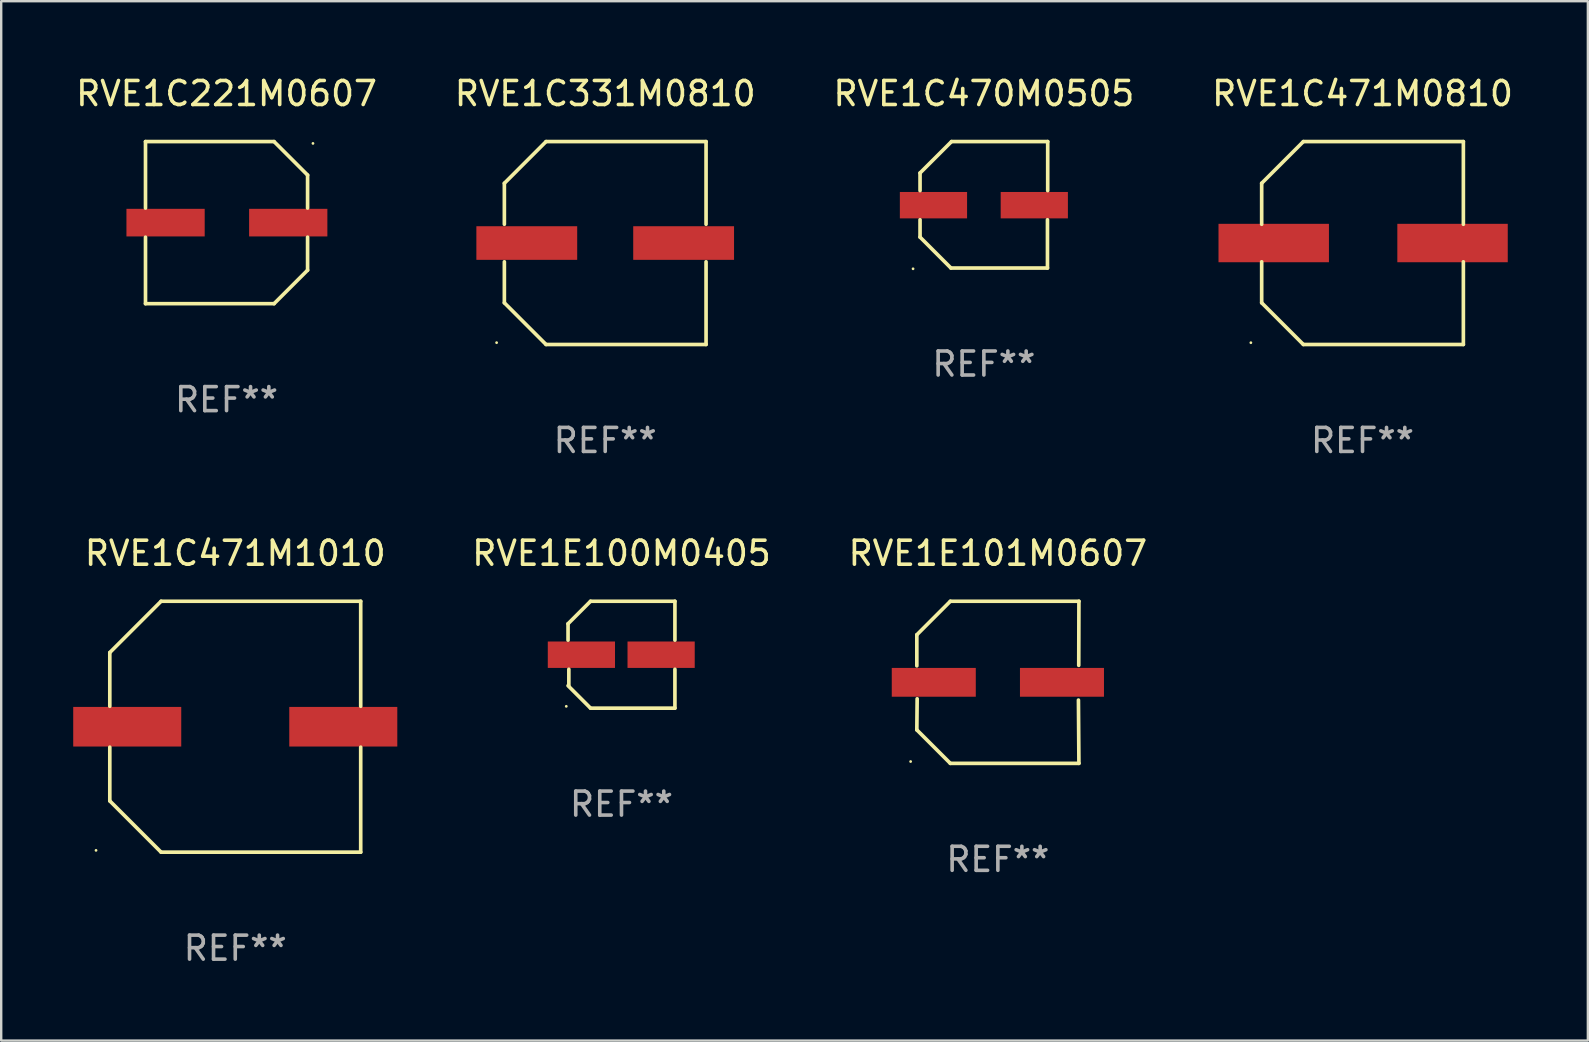
<source format=kicad_pcb>
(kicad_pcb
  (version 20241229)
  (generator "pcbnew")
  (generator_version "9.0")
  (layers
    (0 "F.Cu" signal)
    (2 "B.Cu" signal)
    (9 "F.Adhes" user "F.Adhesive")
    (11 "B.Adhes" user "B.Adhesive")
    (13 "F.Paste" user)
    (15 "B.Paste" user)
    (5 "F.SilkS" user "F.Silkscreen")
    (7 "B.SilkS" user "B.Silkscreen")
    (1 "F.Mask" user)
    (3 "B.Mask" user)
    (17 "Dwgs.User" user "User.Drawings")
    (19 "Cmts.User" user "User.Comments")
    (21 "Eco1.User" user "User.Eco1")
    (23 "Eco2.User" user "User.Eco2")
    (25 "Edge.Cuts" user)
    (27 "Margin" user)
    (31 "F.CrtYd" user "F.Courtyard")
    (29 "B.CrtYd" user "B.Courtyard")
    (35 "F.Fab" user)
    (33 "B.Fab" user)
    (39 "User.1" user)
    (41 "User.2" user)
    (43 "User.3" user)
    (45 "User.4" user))
  (footprint "RVE1C221M0607"
    (layer "F.Cu")
    (at 6.387 6.224)
    (property "Reference" "RVE1C221M0607" (at 0 -5.376 0) (layer "F.SilkS") (effects (font (size 1 1) (thickness 0.15))))
    (attr through_hole)
    (fp_line (start -3.376 -3.376) (end 1.98 -3.376) (stroke (width 0.152) (type solid)) (layer "F.SilkS"))
    (fp_line (start -3.376 -0.607) (end -3.376 -3.376) (stroke (width 0.152) (type solid)) (layer "F.SilkS"))
    (fp_line (start -3.376 0.607) (end -3.376 3.376) (stroke (width 0.152) (type solid)) (layer "F.SilkS"))
    (fp_line (start -3.376 3.376) (end 1.98 3.376) (stroke (width 0.152) (type solid)) (layer "F.SilkS"))
    (fp_line (start 1.98 -3.376) (end 3.376 -1.98) (stroke (width 0.152) (type solid)) (layer "F.SilkS"))
    (fp_line (start 1.98 3.376) (end 3.376 1.98) (stroke (width 0.152) (type solid)) (layer "F.SilkS"))
    (fp_line (start 3.376 -1.98) (end 3.376 -0.607) (stroke (width 0.152) (type solid)) (layer "F.SilkS"))
    (fp_line (start 3.376 1.98) (end 3.376 0.607) (stroke (width 0.152) (type solid)) (layer "F.SilkS"))
    (fp_circle (center 3.6 -3.3) (end 3.63 -3.3) (stroke (width 0.06) (type solid)) (fill no) (layer "F.SilkS"))
    (fp_text user "REF**" (at 0 7.376 0) (layer "F.Fab") (effects (font (size 1 1) (thickness 0.15))))
    (pad "1" smd rect (at 2.57 0 180) (size 3.26 1.15) (layers "F.Cu" "F.Mask" "F.Paste"))
    (pad "2" smd rect (at -2.54 0 180) (size 3.26 1.15) (layers "F.Cu" "F.Mask" "F.Paste")))
  (footprint "RVE1E101M0607"
    (layer "F.Cu")
    (at 38.518 25.373)
    (property "Reference" "RVE1E101M0607" (at 0 -5.376 0) (layer "F.SilkS") (effects (font (size 1 1) (thickness 0.15))))
    (attr through_hole)
    (fp_line (start -3.376 -1.98) (end -3.376 -0.686) (stroke (width 0.152) (type solid)) (layer "F.SilkS"))
    (fp_line (start -3.376 1.981) (end -3.362 0.686) (stroke (width 0.152) (type solid)) (layer "F.SilkS"))
    (fp_line (start -1.981 3.376) (end -3.376 1.981) (stroke (width 0.152) (type solid)) (layer "F.SilkS"))
    (fp_line (start -1.98 -3.376) (end -3.376 -1.98) (stroke (width 0.152) (type solid)) (layer "F.SilkS"))
    (fp_line (start 3.356 0.74) (end 3.376 3.376) (stroke (width 0.152) (type solid)) (layer "F.SilkS"))
    (fp_line (start 3.369 -0.707) (end 3.376 -3.376) (stroke (width 0.152) (type solid)) (layer "F.SilkS"))
    (fp_line (start 3.376 3.376) (end -1.981 3.376) (stroke (width 0.152) (type solid)) (layer "F.SilkS"))
    (fp_line (start 3.376 -3.376) (end -1.98 -3.376) (stroke (width 0.152) (type solid)) (layer "F.SilkS"))
    (fp_circle (center -3.634 3.3) (end -3.604 3.3) (stroke (width 0.06) (type solid)) (fill no) (layer "F.SilkS"))
    (fp_text user "REF**" (at 0 7.376 0) (layer "F.Fab") (effects (font (size 1 1) (thickness 0.15))))
    (pad "1" smd rect (at -2.67 0.000254) (size 3.5 1.2) (layers "F.Cu" "F.Mask" "F.Paste"))
    (pad "2" smd rect (at 2.67 0.000254) (size 3.5 1.2) (layers "F.Cu" "F.Mask" "F.Paste")))
  (footprint "RVE1C331M0810"
    (layer "F.Cu")
    (at 22.161 7.074)
    (property "Reference" "RVE1C331M0810" (at 0 -6.226 0) (layer "F.SilkS") (effects (font (size 1 1) (thickness 0.15))))
    (attr through_hole)
    (fp_line (start -4.201 -2.49) (end -4.201 -0.782) (stroke (width 0.152) (type solid)) (layer "F.SilkS"))
    (fp_line (start -4.201 2.49) (end -4.201 0.782) (stroke (width 0.152) (type solid)) (layer "F.SilkS"))
    (fp_line (start -2.465 -4.226) (end -4.201 -2.49) (stroke (width 0.152) (type solid)) (layer "F.SilkS"))
    (fp_line (start -2.465 4.226) (end -4.201 2.49) (stroke (width 0.152) (type solid)) (layer "F.SilkS"))
    (fp_line (start 4.201 -4.226) (end -2.465 -4.226) (stroke (width 0.152) (type solid)) (layer "F.SilkS"))
    (fp_line (start 4.201 -0.782) (end 4.201 -4.226) (stroke (width 0.152) (type solid)) (layer "F.SilkS"))
    (fp_line (start 4.201 0.782) (end 4.201 4.226) (stroke (width 0.152) (type solid)) (layer "F.SilkS"))
    (fp_line (start 4.201 4.226) (end -2.465 4.226) (stroke (width 0.152) (type solid)) (layer "F.SilkS"))
    (fp_circle (center -4.524 4.15) (end -4.494 4.15) (stroke (width 0.06) (type solid)) (fill no) (layer "F.SilkS"))
    (fp_text user "REF**" (at 0 8.226 0) (layer "F.Fab") (effects (font (size 1 1) (thickness 0.15))))
    (pad "1" smd rect (at -3.267 0) (size 4.2 1.4) (layers "F.Cu" "F.Mask" "F.Paste"))
    (pad "2" smd rect (at 3.267 0) (size 4.2 1.4) (layers "F.Cu" "F.Mask" "F.Paste")))
  (footprint "RVE1C470M0505"
    (layer "F.Cu")
    (at 37.935 5.482)
    (property "Reference" "RVE1C470M0505" (at 0 -4.634 0) (layer "F.SilkS") (effects (font (size 1 1) (thickness 0.15))))
    (attr through_hole)
    (fp_line (start -2.659 -1.326) (end -2.659 -0.592) (stroke (width 0.152) (type solid)) (layer "F.SilkS"))
    (fp_line (start -2.659 1.346) (end -2.659 0.622) (stroke (width 0.152) (type solid)) (layer "F.SilkS"))
    (fp_line (start -1.372 2.634) (end -2.659 1.346) (stroke (width 0.152) (type solid)) (layer "F.SilkS"))
    (fp_line (start -1.349 -2.634) (end -2.659 -1.326) (stroke (width 0.152) (type solid)) (layer "F.SilkS"))
    (fp_line (start 2.649 0.622) (end 2.649 2.634) (stroke (width 0.152) (type solid)) (layer "F.SilkS"))
    (fp_line (start 2.649 2.634) (end -1.372 2.634) (stroke (width 0.152) (type solid)) (layer "F.SilkS"))
    (fp_line (start 2.659 -2.634) (end -1.349 -2.634) (stroke (width 0.152) (type solid)) (layer "F.SilkS"))
    (fp_line (start 2.659 -0.592) (end 2.659 -2.634) (stroke (width 0.152) (type solid)) (layer "F.SilkS"))
    (fp_circle (center -2.95 2.665) (end -2.92 2.665) (stroke (width 0.06) (type solid)) (fill no) (layer "F.SilkS"))
    (fp_text user "REF**" (at 0 6.634 0) (layer "F.Fab") (effects (font (size 1 1) (thickness 0.15))))
    (pad "1" smd rect (at -2.1 0.015) (size 2.8 1.1) (layers "F.Cu" "F.Mask" "F.Paste"))
    (pad "2" smd rect (at 2.1 0.015) (size 2.8 1.1) (layers "F.Cu" "F.Mask" "F.Paste")))
  (footprint "RVE1E100M0405"
    (layer "F.Cu")
    (at 22.839 24.223)
    (property "Reference" "RVE1E100M0405" (at 0 -4.226 0) (layer "F.SilkS") (effects (font (size 1 1) (thickness 0.15))))
    (attr through_hole)
    (fp_line (start -2.226 -1.29) (end -2.226 -0.607) (stroke (width 0.152) (type solid)) (layer "F.SilkS"))
    (fp_line (start -2.193 1.29) (end -2.193 0.607) (stroke (width 0.152) (type solid)) (layer "F.SilkS"))
    (fp_line (start -1.29 2.226) (end -2.226 1.29) (stroke (width 0.152) (type solid)) (layer "F.SilkS"))
    (fp_line (start -1.29 -2.226) (end -2.226 -1.29) (stroke (width 0.152) (type solid)) (layer "F.SilkS"))
    (fp_line (start 2.226 -2.226) (end -1.29 -2.226) (stroke (width 0.152) (type solid)) (layer "F.SilkS"))
    (fp_line (start 2.226 -0.607) (end 2.226 -2.226) (stroke (width 0.152) (type solid)) (layer "F.SilkS"))
    (fp_line (start 2.226 0.607) (end 2.226 2.226) (stroke (width 0.152) (type solid)) (layer "F.SilkS"))
    (fp_line (start 2.226 2.226) (end -1.29 2.226) (stroke (width 0.152) (type solid)) (layer "F.SilkS"))
    (fp_circle (center -2.3 2.15) (end -2.27 2.15) (stroke (width 0.06) (type solid)) (fill no) (layer "F.SilkS"))
    (fp_text user "REF**" (at 0 6.226 0) (layer "F.Fab") (effects (font (size 1 1) (thickness 0.15))))
    (pad "1" smd rect (at -1.67 -0.000025) (size 2.8 1.1) (layers "F.Cu" "F.Mask" "F.Paste"))
    (pad "2" smd rect (at 1.651 -0.000025) (size 2.8 1.1) (layers "F.Cu" "F.Mask" "F.Paste")))
  (footprint "RVE1C471M0810"
    (layer "F.Cu")
    (at 53.708 7.074)
    (property "Reference" "RVE1C471M0810" (at 0 -6.226 0) (layer "F.SilkS") (effects (font (size 1 1) (thickness 0.15))))
    (attr through_hole)
    (fp_line (start -4.201 -2.49) (end -4.201 -0.782) (stroke (width 0.152) (type solid)) (layer "F.SilkS"))
    (fp_line (start -4.201 2.49) (end -4.201 0.782) (stroke (width 0.152) (type solid)) (layer "F.SilkS"))
    (fp_line (start -2.465 -4.226) (end -4.201 -2.49) (stroke (width 0.152) (type solid)) (layer "F.SilkS"))
    (fp_line (start -2.465 4.226) (end -4.201 2.49) (stroke (width 0.152) (type solid)) (layer "F.SilkS"))
    (fp_line (start 4.201 -4.226) (end -2.465 -4.226) (stroke (width 0.152) (type solid)) (layer "F.SilkS"))
    (fp_line (start 4.201 -0.782) (end 4.201 -4.226) (stroke (width 0.152) (type solid)) (layer "F.SilkS"))
    (fp_line (start 4.201 0.782) (end 4.201 4.226) (stroke (width 0.152) (type solid)) (layer "F.SilkS"))
    (fp_line (start 4.201 4.226) (end -2.465 4.226) (stroke (width 0.152) (type solid)) (layer "F.SilkS"))
    (fp_circle (center -4.651 4.152) (end -4.621 4.152) (stroke (width 0.06) (type solid)) (fill no) (layer "F.SilkS"))
    (fp_text user "REF**" (at 0 8.226 0) (layer "F.Fab") (effects (font (size 1 1) (thickness 0.15))))
    (pad "1" smd rect (at -3.699 0) (size 4.6 1.6) (layers "F.Cu" "F.Mask" "F.Paste"))
    (pad "2" smd rect (at 3.75 0) (size 4.6 1.6) (layers "F.Cu" "F.Mask" "F.Paste")))
  (footprint "RVE1C471M1010"
    (layer "F.Cu")
    (at 6.75 27.223)
    (property "Reference" "RVE1C471M1010" (at 0 -7.226 0) (layer "F.SilkS") (effects (font (size 1 1) (thickness 0.15))))
    (attr through_hole)
    (fp_line (start -5.226 -3.09) (end -5.226 -0.852) (stroke (width 0.152) (type solid)) (layer "F.SilkS"))
    (fp_line (start -5.226 3.09) (end -5.226 0.852) (stroke (width 0.152) (type solid)) (layer "F.SilkS"))
    (fp_line (start -3.09 -5.226) (end -5.226 -3.09) (stroke (width 0.152) (type solid)) (layer "F.SilkS"))
    (fp_line (start -3.09 5.226) (end -5.226 3.09) (stroke (width 0.152) (type solid)) (layer "F.SilkS"))
    (fp_line (start 5.226 -5.226) (end -3.09 -5.226) (stroke (width 0.152) (type solid)) (layer "F.SilkS"))
    (fp_line (start 5.226 -0.852) (end 5.226 -5.226) (stroke (width 0.152) (type solid)) (layer "F.SilkS"))
    (fp_line (start 5.226 0.852) (end 5.226 5.226) (stroke (width 0.152) (type solid)) (layer "F.SilkS"))
    (fp_line (start 5.226 5.226) (end -3.09 5.226) (stroke (width 0.152) (type solid)) (layer "F.SilkS"))
    (fp_circle (center -5.8 5.15) (end -5.77 5.15) (stroke (width 0.06) (type solid)) (fill no) (layer "F.SilkS"))
    (fp_text user "REF**" (at 0 9.226 0) (layer "F.Fab") (effects (font (size 1 1) (thickness 0.15))))
    (pad "1" smd rect (at -4.5 0) (size 4.5 1.65) (layers "F.Cu" "F.Mask" "F.Paste"))
    (pad "2" smd rect (at 4.5 0) (size 4.5 1.65) (layers "F.Cu" "F.Mask" "F.Paste")))
  (gr_rect
    (start -3 -3)
    (end 63.095 40.298)
    (stroke (width 0.1) (type default))
    (fill no)
    (layer "Edge.Cuts")))
</source>
